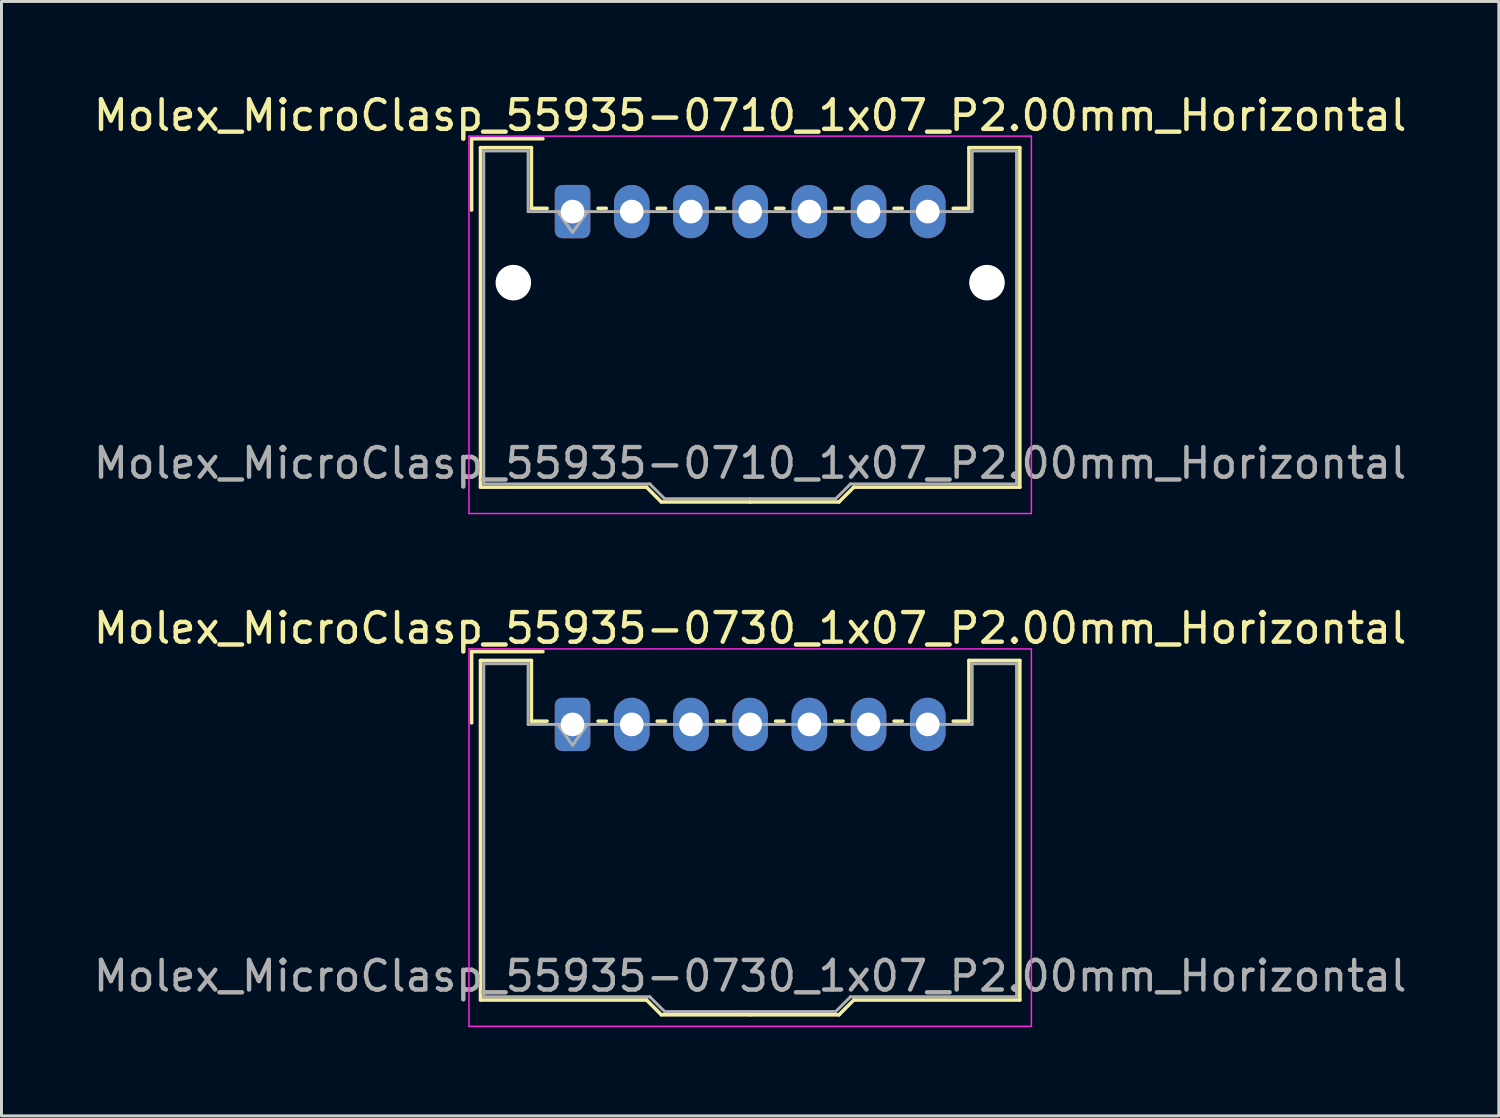
<source format=kicad_pcb>
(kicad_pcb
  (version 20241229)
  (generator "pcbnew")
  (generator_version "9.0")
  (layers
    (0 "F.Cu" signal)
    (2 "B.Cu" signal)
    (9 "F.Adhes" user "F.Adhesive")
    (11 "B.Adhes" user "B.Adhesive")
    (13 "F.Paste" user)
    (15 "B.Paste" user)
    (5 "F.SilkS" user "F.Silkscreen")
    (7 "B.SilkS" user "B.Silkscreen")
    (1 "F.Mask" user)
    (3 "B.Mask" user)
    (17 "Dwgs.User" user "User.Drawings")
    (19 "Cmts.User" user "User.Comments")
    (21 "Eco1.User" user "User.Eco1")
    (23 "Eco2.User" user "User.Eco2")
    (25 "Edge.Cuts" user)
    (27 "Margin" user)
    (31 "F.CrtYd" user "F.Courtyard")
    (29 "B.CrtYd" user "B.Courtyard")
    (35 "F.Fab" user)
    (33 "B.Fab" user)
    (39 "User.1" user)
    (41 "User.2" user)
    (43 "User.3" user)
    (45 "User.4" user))
  (footprint "Molex_MicroClasp_55935-0710_1x07_P2.00mm_Horizontal"
    (layer "F.Cu")
    (at 16.292 4.098)
    (property "Reference" "Molex_MicroClasp_55935-0710_1x07_P2.00mm_Horizontal" (at 6 -3.25 0) (layer "F.SilkS") (effects (font (size 1 1) (thickness 0.15))))
    (attr through_hole)
    (fp_line (start -3.41 -2.46) (end -1 -2.46) (stroke (width 0.12) (type solid)) (layer "F.SilkS"))
    (fp_line (start -3.41 -0.05) (end -3.41 -2.46) (stroke (width 0.12) (type solid)) (layer "F.SilkS"))
    (fp_line (start -3.11 -2.16) (end -1.39 -2.16) (stroke (width 0.12) (type solid)) (layer "F.SilkS"))
    (fp_line (start -3.11 9.31) (end -3.11 -2.16) (stroke (width 0.12) (type solid)) (layer "F.SilkS"))
    (fp_line (start -1.39 -2.16) (end -1.39 -0.11) (stroke (width 0.12) (type solid)) (layer "F.SilkS"))
    (fp_line (start -1.39 -0.11) (end -0.86 -0.11) (stroke (width 0.12) (type solid)) (layer "F.SilkS"))
    (fp_line (start 0.86 -0.11) (end 1.14 -0.11) (stroke (width 0.12) (type solid)) (layer "F.SilkS"))
    (fp_line (start 2.5 9.31) (end -3.11 9.31) (stroke (width 0.12) (type solid)) (layer "F.SilkS"))
    (fp_line (start 2.86 -0.11) (end 3.14 -0.11) (stroke (width 0.12) (type solid)) (layer "F.SilkS"))
    (fp_line (start 3 9.81) (end 2.5 9.31) (stroke (width 0.12) (type solid)) (layer "F.SilkS"))
    (fp_line (start 4.86 -0.11) (end 5.14 -0.11) (stroke (width 0.12) (type solid)) (layer "F.SilkS"))
    (fp_line (start 6 9.81) (end 3 9.81) (stroke (width 0.12) (type solid)) (layer "F.SilkS"))
    (fp_line (start 6 9.81) (end 9 9.81) (stroke (width 0.12) (type solid)) (layer "F.SilkS"))
    (fp_line (start 6.86 -0.11) (end 7.14 -0.11) (stroke (width 0.12) (type solid)) (layer "F.SilkS"))
    (fp_line (start 8.86 -0.11) (end 9.14 -0.11) (stroke (width 0.12) (type solid)) (layer "F.SilkS"))
    (fp_line (start 9 9.81) (end 9.5 9.31) (stroke (width 0.12) (type solid)) (layer "F.SilkS"))
    (fp_line (start 9.5 9.31) (end 15.11 9.31) (stroke (width 0.12) (type solid)) (layer "F.SilkS"))
    (fp_line (start 10.86 -0.11) (end 11.14 -0.11) (stroke (width 0.12) (type solid)) (layer "F.SilkS"))
    (fp_line (start 13.39 -2.16) (end 13.39 -0.11) (stroke (width 0.12) (type solid)) (layer "F.SilkS"))
    (fp_line (start 13.39 -0.11) (end 12.86 -0.11) (stroke (width 0.12) (type solid)) (layer "F.SilkS"))
    (fp_line (start 15.11 -2.16) (end 13.39 -2.16) (stroke (width 0.12) (type solid)) (layer "F.SilkS"))
    (fp_line (start 15.11 9.31) (end 15.11 -2.16) (stroke (width 0.12) (type solid)) (layer "F.SilkS"))
    (fp_line (start -3.5 -2.55) (end -3.5 10.2) (stroke (width 0.05) (type solid)) (layer "F.CrtYd"))
    (fp_line (start -3.5 10.2) (end 15.5 10.2) (stroke (width 0.05) (type solid)) (layer "F.CrtYd"))
    (fp_line (start 15.5 -2.55) (end -3.5 -2.55) (stroke (width 0.05) (type solid)) (layer "F.CrtYd"))
    (fp_line (start 15.5 10.2) (end 15.5 -2.55) (stroke (width 0.05) (type solid)) (layer "F.CrtYd"))
    (fp_line (start -3 -2.05) (end -1.5 -2.05) (stroke (width 0.1) (type solid)) (layer "F.Fab"))
    (fp_line (start -3 9.2) (end -3 -2.05) (stroke (width 0.1) (type solid)) (layer "F.Fab"))
    (fp_line (start -1.5 -2.05) (end -1.5 0) (stroke (width 0.1) (type solid)) (layer "F.Fab"))
    (fp_line (start -1.5 0) (end 6 0) (stroke (width 0.1) (type solid)) (layer "F.Fab"))
    (fp_line (start -0.5 0) (end 0 0.707) (stroke (width 0.1) (type solid)) (layer "F.Fab"))
    (fp_line (start 0 0.707) (end 0.5 0) (stroke (width 0.1) (type solid)) (layer "F.Fab"))
    (fp_line (start 2.61 9.2) (end -3 9.2) (stroke (width 0.1) (type solid)) (layer "F.Fab"))
    (fp_line (start 3.11 9.7) (end 2.61 9.2) (stroke (width 0.1) (type solid)) (layer "F.Fab"))
    (fp_line (start 6 9.7) (end 3.11 9.7) (stroke (width 0.1) (type solid)) (layer "F.Fab"))
    (fp_line (start 6 9.7) (end 8.89 9.7) (stroke (width 0.1) (type solid)) (layer "F.Fab"))
    (fp_line (start 8.89 9.7) (end 9.39 9.2) (stroke (width 0.1) (type solid)) (layer "F.Fab"))
    (fp_line (start 9.39 9.2) (end 15 9.2) (stroke (width 0.1) (type solid)) (layer "F.Fab"))
    (fp_line (start 13.5 -2.05) (end 13.5 0) (stroke (width 0.1) (type solid)) (layer "F.Fab"))
    (fp_line (start 13.5 0) (end 6 0) (stroke (width 0.1) (type solid)) (layer "F.Fab"))
    (fp_line (start 15 -2.05) (end 13.5 -2.05) (stroke (width 0.1) (type solid)) (layer "F.Fab"))
    (fp_line (start 15 9.2) (end 15 -2.05) (stroke (width 0.1) (type solid)) (layer "F.Fab"))
    (fp_text user "${REFERENCE}" (at 6 8.5 0) (layer "F.Fab") (effects (font (size 1 1) (thickness 0.15))))
    (pad "" np_thru_hole circle (at -2 2.4) (size 1.2 1.2) (drill 1.2) (layers "*.Cu" "*.Mask"))
    (pad "" np_thru_hole circle (at 14 2.4) (size 1.2 1.2) (drill 1.2) (layers "*.Cu" "*.Mask"))
    (pad "1" thru_hole roundrect (at 0 0) (size 1.2 1.8) (drill 0.8) (layers "*.Cu" "*.Mask") (roundrect_rratio 0.208))
    (pad "2" thru_hole oval (at 2 0) (size 1.2 1.8) (drill 0.8) (layers "*.Cu" "*.Mask"))
    (pad "3" thru_hole oval (at 4 0) (size 1.2 1.8) (drill 0.8) (layers "*.Cu" "*.Mask"))
    (pad "4" thru_hole oval (at 6 0) (size 1.2 1.8) (drill 0.8) (layers "*.Cu" "*.Mask"))
    (pad "5" thru_hole oval (at 8 0) (size 1.2 1.8) (drill 0.8) (layers "*.Cu" "*.Mask"))
    (pad "6" thru_hole oval (at 10 0) (size 1.2 1.8) (drill 0.8) (layers "*.Cu" "*.Mask"))
    (pad "7" thru_hole oval (at 12 0) (size 1.2 1.8) (drill 0.8) (layers "*.Cu" "*.Mask")))
  (footprint "Molex_MicroClasp_55935-0730_1x07_P2.00mm_Horizontal"
    (layer "F.Cu")
    (at 16.292 21.422)
    (property "Reference" "Molex_MicroClasp_55935-0730_1x07_P2.00mm_Horizontal" (at 6 -3.25 0) (layer "F.SilkS") (effects (font (size 1 1) (thickness 0.15))))
    (attr through_hole)
    (fp_line (start -3.41 -2.46) (end -1 -2.46) (stroke (width 0.12) (type solid)) (layer "F.SilkS"))
    (fp_line (start -3.41 -0.05) (end -3.41 -2.46) (stroke (width 0.12) (type solid)) (layer "F.SilkS"))
    (fp_line (start -3.11 -2.16) (end -1.39 -2.16) (stroke (width 0.12) (type solid)) (layer "F.SilkS"))
    (fp_line (start -3.11 9.31) (end -3.11 -2.16) (stroke (width 0.12) (type solid)) (layer "F.SilkS"))
    (fp_line (start -1.39 -2.16) (end -1.39 -0.11) (stroke (width 0.12) (type solid)) (layer "F.SilkS"))
    (fp_line (start -1.39 -0.11) (end -0.86 -0.11) (stroke (width 0.12) (type solid)) (layer "F.SilkS"))
    (fp_line (start 0.86 -0.11) (end 1.14 -0.11) (stroke (width 0.12) (type solid)) (layer "F.SilkS"))
    (fp_line (start 2.5 9.31) (end -3.11 9.31) (stroke (width 0.12) (type solid)) (layer "F.SilkS"))
    (fp_line (start 2.86 -0.11) (end 3.14 -0.11) (stroke (width 0.12) (type solid)) (layer "F.SilkS"))
    (fp_line (start 3 9.81) (end 2.5 9.31) (stroke (width 0.12) (type solid)) (layer "F.SilkS"))
    (fp_line (start 4.86 -0.11) (end 5.14 -0.11) (stroke (width 0.12) (type solid)) (layer "F.SilkS"))
    (fp_line (start 6 9.81) (end 3 9.81) (stroke (width 0.12) (type solid)) (layer "F.SilkS"))
    (fp_line (start 6 9.81) (end 9 9.81) (stroke (width 0.12) (type solid)) (layer "F.SilkS"))
    (fp_line (start 6.86 -0.11) (end 7.14 -0.11) (stroke (width 0.12) (type solid)) (layer "F.SilkS"))
    (fp_line (start 8.86 -0.11) (end 9.14 -0.11) (stroke (width 0.12) (type solid)) (layer "F.SilkS"))
    (fp_line (start 9 9.81) (end 9.5 9.31) (stroke (width 0.12) (type solid)) (layer "F.SilkS"))
    (fp_line (start 9.5 9.31) (end 15.11 9.31) (stroke (width 0.12) (type solid)) (layer "F.SilkS"))
    (fp_line (start 10.86 -0.11) (end 11.14 -0.11) (stroke (width 0.12) (type solid)) (layer "F.SilkS"))
    (fp_line (start 13.39 -2.16) (end 13.39 -0.11) (stroke (width 0.12) (type solid)) (layer "F.SilkS"))
    (fp_line (start 13.39 -0.11) (end 12.86 -0.11) (stroke (width 0.12) (type solid)) (layer "F.SilkS"))
    (fp_line (start 15.11 -2.16) (end 13.39 -2.16) (stroke (width 0.12) (type solid)) (layer "F.SilkS"))
    (fp_line (start 15.11 9.31) (end 15.11 -2.16) (stroke (width 0.12) (type solid)) (layer "F.SilkS"))
    (fp_line (start -3.5 -2.55) (end -3.5 10.2) (stroke (width 0.05) (type solid)) (layer "F.CrtYd"))
    (fp_line (start -3.5 10.2) (end 15.5 10.2) (stroke (width 0.05) (type solid)) (layer "F.CrtYd"))
    (fp_line (start 15.5 -2.55) (end -3.5 -2.55) (stroke (width 0.05) (type solid)) (layer "F.CrtYd"))
    (fp_line (start 15.5 10.2) (end 15.5 -2.55) (stroke (width 0.05) (type solid)) (layer "F.CrtYd"))
    (fp_line (start -3 -2.05) (end -1.5 -2.05) (stroke (width 0.1) (type solid)) (layer "F.Fab"))
    (fp_line (start -3 9.2) (end -3 -2.05) (stroke (width 0.1) (type solid)) (layer "F.Fab"))
    (fp_line (start -1.5 -2.05) (end -1.5 0) (stroke (width 0.1) (type solid)) (layer "F.Fab"))
    (fp_line (start -1.5 0) (end 6 0) (stroke (width 0.1) (type solid)) (layer "F.Fab"))
    (fp_line (start -0.5 0) (end 0 0.707) (stroke (width 0.1) (type solid)) (layer "F.Fab"))
    (fp_line (start 0 0.707) (end 0.5 0) (stroke (width 0.1) (type solid)) (layer "F.Fab"))
    (fp_line (start 2.61 9.2) (end -3 9.2) (stroke (width 0.1) (type solid)) (layer "F.Fab"))
    (fp_line (start 3.11 9.7) (end 2.61 9.2) (stroke (width 0.1) (type solid)) (layer "F.Fab"))
    (fp_line (start 6 9.7) (end 3.11 9.7) (stroke (width 0.1) (type solid)) (layer "F.Fab"))
    (fp_line (start 6 9.7) (end 8.89 9.7) (stroke (width 0.1) (type solid)) (layer "F.Fab"))
    (fp_line (start 8.89 9.7) (end 9.39 9.2) (stroke (width 0.1) (type solid)) (layer "F.Fab"))
    (fp_line (start 9.39 9.2) (end 15 9.2) (stroke (width 0.1) (type solid)) (layer "F.Fab"))
    (fp_line (start 13.5 -2.05) (end 13.5 0) (stroke (width 0.1) (type solid)) (layer "F.Fab"))
    (fp_line (start 13.5 0) (end 6 0) (stroke (width 0.1) (type solid)) (layer "F.Fab"))
    (fp_line (start 15 -2.05) (end 13.5 -2.05) (stroke (width 0.1) (type solid)) (layer "F.Fab"))
    (fp_line (start 15 9.2) (end 15 -2.05) (stroke (width 0.1) (type solid)) (layer "F.Fab"))
    (fp_text user "${REFERENCE}" (at 6 8.5 0) (layer "F.Fab") (effects (font (size 1 1) (thickness 0.15))))
    (pad "1" thru_hole roundrect (at 0 0) (size 1.2 1.8) (drill 0.8) (layers "*.Cu" "*.Mask") (roundrect_rratio 0.208))
    (pad "2" thru_hole oval (at 2 0) (size 1.2 1.8) (drill 0.8) (layers "*.Cu" "*.Mask"))
    (pad "3" thru_hole oval (at 4 0) (size 1.2 1.8) (drill 0.8) (layers "*.Cu" "*.Mask"))
    (pad "4" thru_hole oval (at 6 0) (size 1.2 1.8) (drill 0.8) (layers "*.Cu" "*.Mask"))
    (pad "5" thru_hole oval (at 8 0) (size 1.2 1.8) (drill 0.8) (layers "*.Cu" "*.Mask"))
    (pad "6" thru_hole oval (at 10 0) (size 1.2 1.8) (drill 0.8) (layers "*.Cu" "*.Mask"))
    (pad "7" thru_hole oval (at 12 0) (size 1.2 1.8) (drill 0.8) (layers "*.Cu" "*.Mask")))
  (gr_rect
    (start -3 -3)
    (end 47.583 34.647)
    (stroke (width 0.1) (type default))
    (fill no)
    (layer "Edge.Cuts")))
</source>
